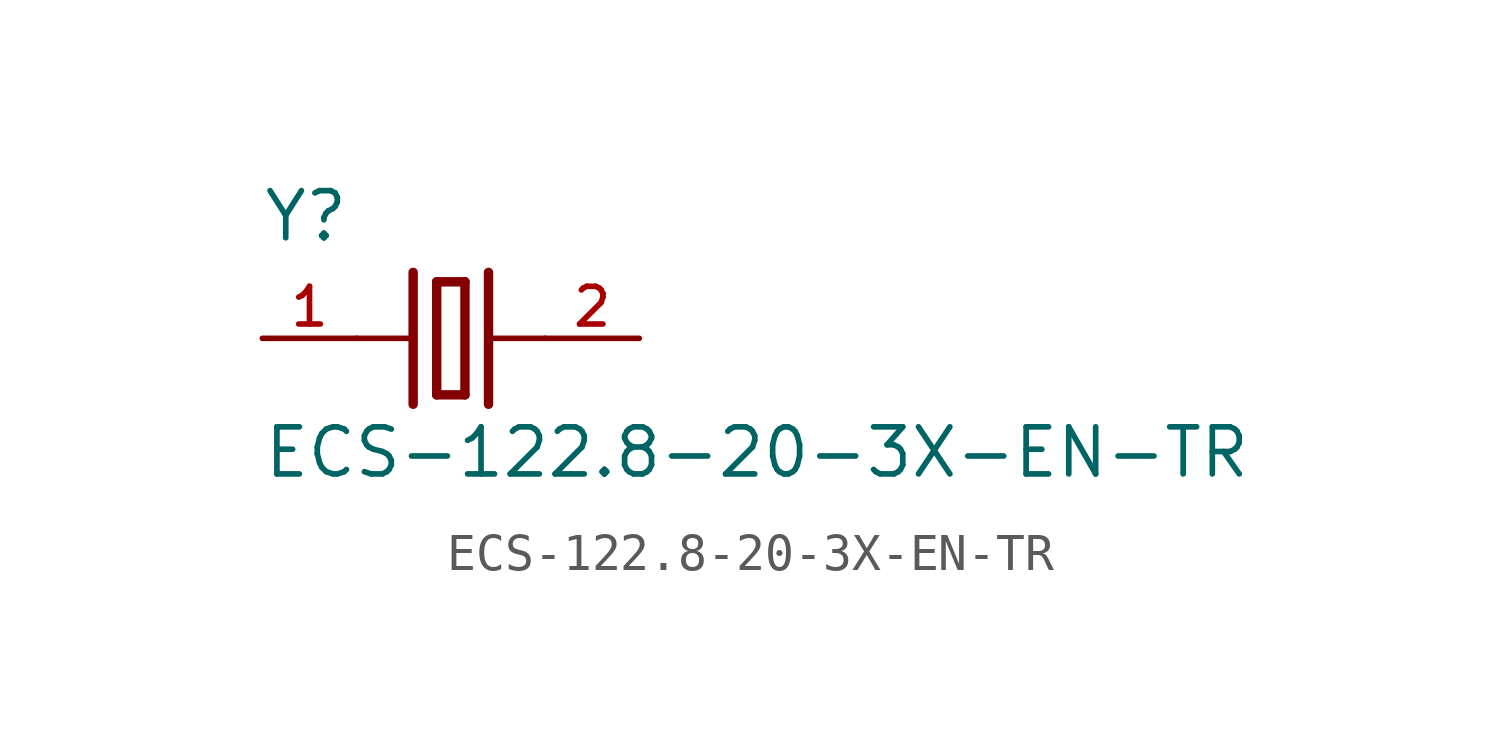
<source format=kicad_sym>
(kicad_symbol_lib
  (version 20211014)
  (generator kicad_symbol_editor)
  (symbol "ECS-122.8-20-3X-EN-TR"
    (pin_names
      (offset 1.016))
    (property "Reference" "Y"
      (at -5.095 2.548 0)
      (effects (font (size 1.27 1.27)) (justify bottom left)))
    (property "Value" "ECS-122.8-20-3X-EN-TR"
      (at -5.091 -3.819 0)
      (effects (font (size 1.27 1.27)) (justify bottom left)))
    (symbol "ECS-122.8-20-3X-EN-TR_0_0"
      (polyline (pts (xy 1.016 0.0) (xy 2.54 0.0)) (stroke (width 0.152)))
      (polyline (pts (xy -2.54 0.0) (xy -1.016 0.0)) (stroke (width 0.152)))
      (polyline (pts (xy -0.381 1.524) (xy -0.381 -1.524)) (stroke (width 0.254)))
      (polyline (pts (xy -0.381 -1.524) (xy 0.381 -1.524)) (stroke (width 0.254)))
      (polyline (pts (xy 0.381 -1.524) (xy 0.381 1.524)) (stroke (width 0.254)))
      (polyline (pts (xy 0.381 1.524) (xy -0.381 1.524)) (stroke (width 0.254)))
      (polyline (pts (xy 1.016 1.778) (xy 1.016 -1.778)) (stroke (width 0.254)))
      (polyline (pts (xy -1.016 1.778) (xy -1.016 -1.778)) (stroke (width 0.254)))
      (pin passive line (at 5.08 0.0 180.0) (length 2.54) (name "~" (effects (font (size 1.016 1.016)))) (number "2" (effects (font (size 1.016 1.016)))))
      (pin passive line (at -5.08 0.0 0) (length 2.54) (name "~" (effects (font (size 1.016 1.016)))) (number "1" (effects (font (size 1.016 1.016))))))))
</source>
